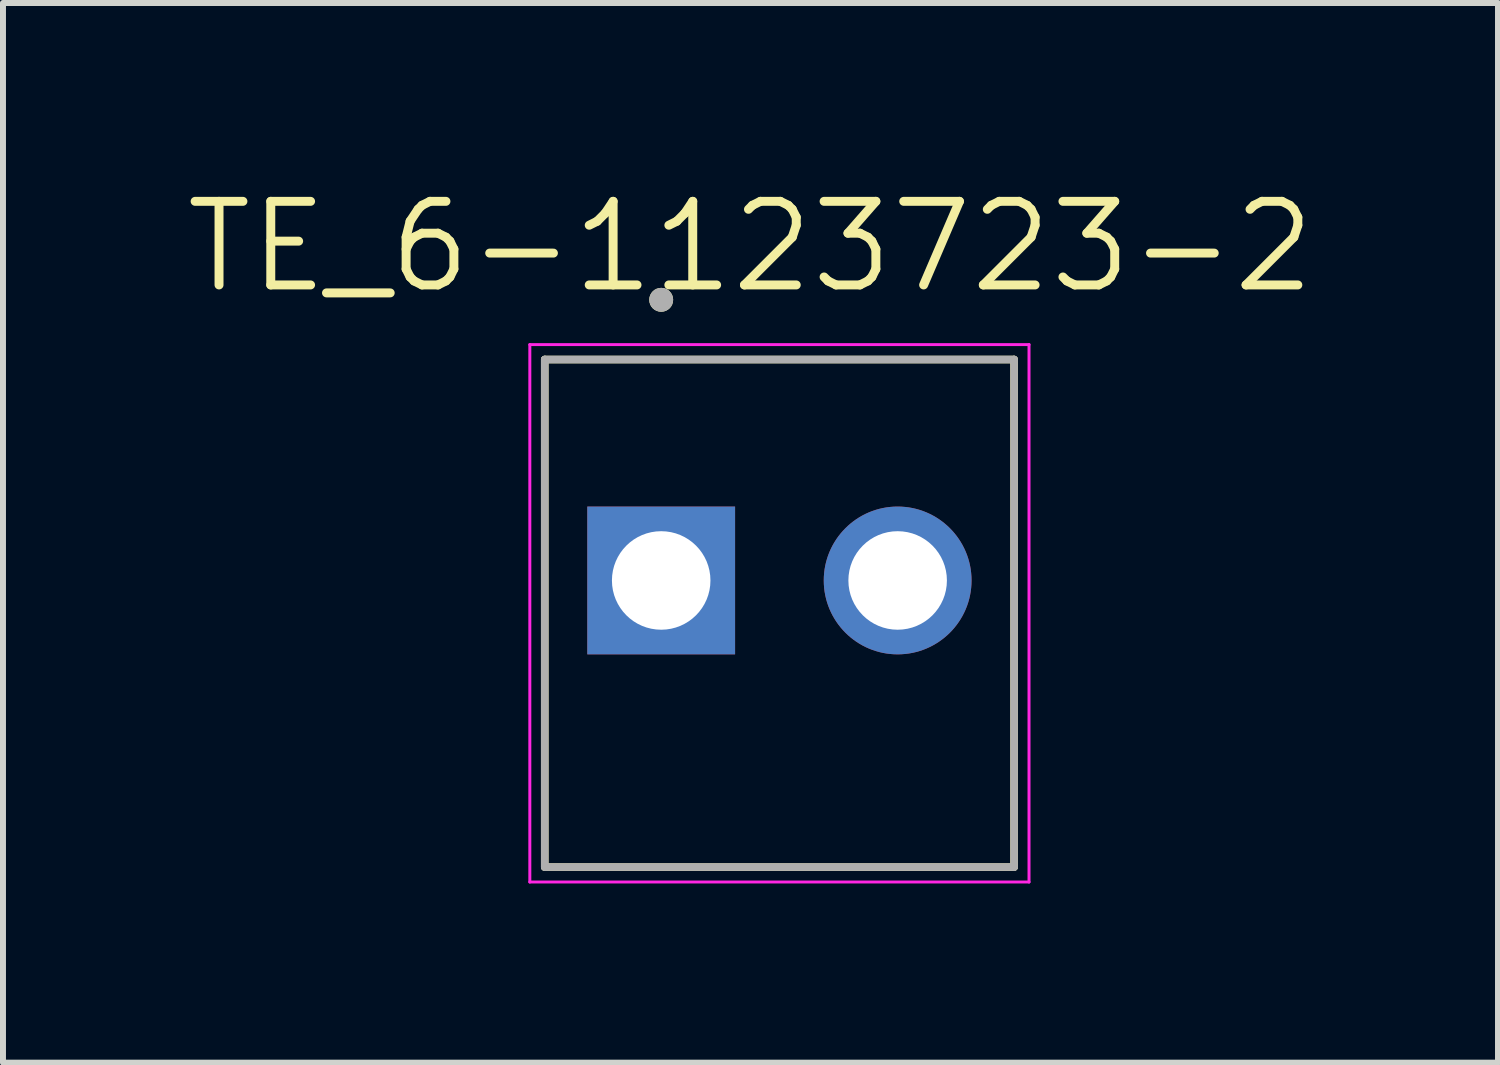
<source format=kicad_pcb>
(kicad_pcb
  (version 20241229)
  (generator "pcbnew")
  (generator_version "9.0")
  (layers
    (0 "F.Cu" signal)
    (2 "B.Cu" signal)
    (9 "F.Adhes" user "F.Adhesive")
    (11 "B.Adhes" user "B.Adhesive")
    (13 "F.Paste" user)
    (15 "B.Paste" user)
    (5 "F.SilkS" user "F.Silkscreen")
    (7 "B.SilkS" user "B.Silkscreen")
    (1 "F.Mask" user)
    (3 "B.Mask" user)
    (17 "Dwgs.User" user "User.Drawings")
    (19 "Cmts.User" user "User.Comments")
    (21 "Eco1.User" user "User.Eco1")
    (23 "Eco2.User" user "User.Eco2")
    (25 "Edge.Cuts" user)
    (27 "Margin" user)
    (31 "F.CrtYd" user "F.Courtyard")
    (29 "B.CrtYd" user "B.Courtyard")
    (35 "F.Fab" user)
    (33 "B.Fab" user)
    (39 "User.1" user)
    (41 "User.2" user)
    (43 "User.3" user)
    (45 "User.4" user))
  (footprint "TE_6-1123723-2"
    (layer "F.Cu")
    (at 10.003 6.671)
    (property "Reference" "TE_6-1123723-2" (at -0.485 -5.589 0) (layer "F.SilkS") (effects (font (size 1.4 1.4) (thickness 0.15))))
    (attr through_hole)
    (fp_line (start -3.93 -3.7) (end 3.93 -3.7) (stroke (width 0.127) (type solid)) (layer "F.SilkS"))
    (fp_line (start -3.93 4.8) (end -3.93 -3.7) (stroke (width 0.127) (type solid)) (layer "F.SilkS"))
    (fp_line (start 3.93 -3.7) (end 3.93 4.8) (stroke (width 0.127) (type solid)) (layer "F.SilkS"))
    (fp_line (start 3.93 4.8) (end -3.93 4.8) (stroke (width 0.127) (type solid)) (layer "F.SilkS"))
    (fp_circle (center -1.98 -4.7) (end -1.88 -4.7) (stroke (width 0.2) (type solid)) (fill no) (layer "F.SilkS"))
    (fp_line (start -4.18 -3.95) (end 4.18 -3.95) (stroke (width 0.05) (type solid)) (layer "F.CrtYd"))
    (fp_line (start -4.18 5.05) (end -4.18 -3.95) (stroke (width 0.05) (type solid)) (layer "F.CrtYd"))
    (fp_line (start 4.18 -3.95) (end 4.18 5.05) (stroke (width 0.05) (type solid)) (layer "F.CrtYd"))
    (fp_line (start 4.18 5.05) (end -4.18 5.05) (stroke (width 0.05) (type solid)) (layer "F.CrtYd"))
    (fp_line (start -3.93 -3.7) (end 3.93 -3.7) (stroke (width 0.127) (type solid)) (layer "F.Fab"))
    (fp_line (start -3.93 4.8) (end -3.93 -3.7) (stroke (width 0.127) (type solid)) (layer "F.Fab"))
    (fp_line (start 3.93 -3.7) (end 3.93 4.8) (stroke (width 0.127) (type solid)) (layer "F.Fab"))
    (fp_line (start 3.93 4.8) (end -3.93 4.8) (stroke (width 0.127) (type solid)) (layer "F.Fab"))
    (fp_circle (center -1.98 -4.7) (end -1.88 -4.7) (stroke (width 0.2) (type solid)) (fill no) (layer "F.Fab"))
    (pad "1" thru_hole rect (at -1.98 0) (size 2.475 2.475) (drill 1.65) (layers "*.Cu" "*.Mask"))
    (pad "2" thru_hole circle (at 1.98 0) (size 2.475 2.475) (drill 1.65) (layers "*.Cu" "*.Mask")))
  (gr_rect
    (start -3 -3)
    (end 22.037 14.746)
    (stroke (width 0.1) (type default))
    (fill no)
    (layer "Edge.Cuts")))
</source>
